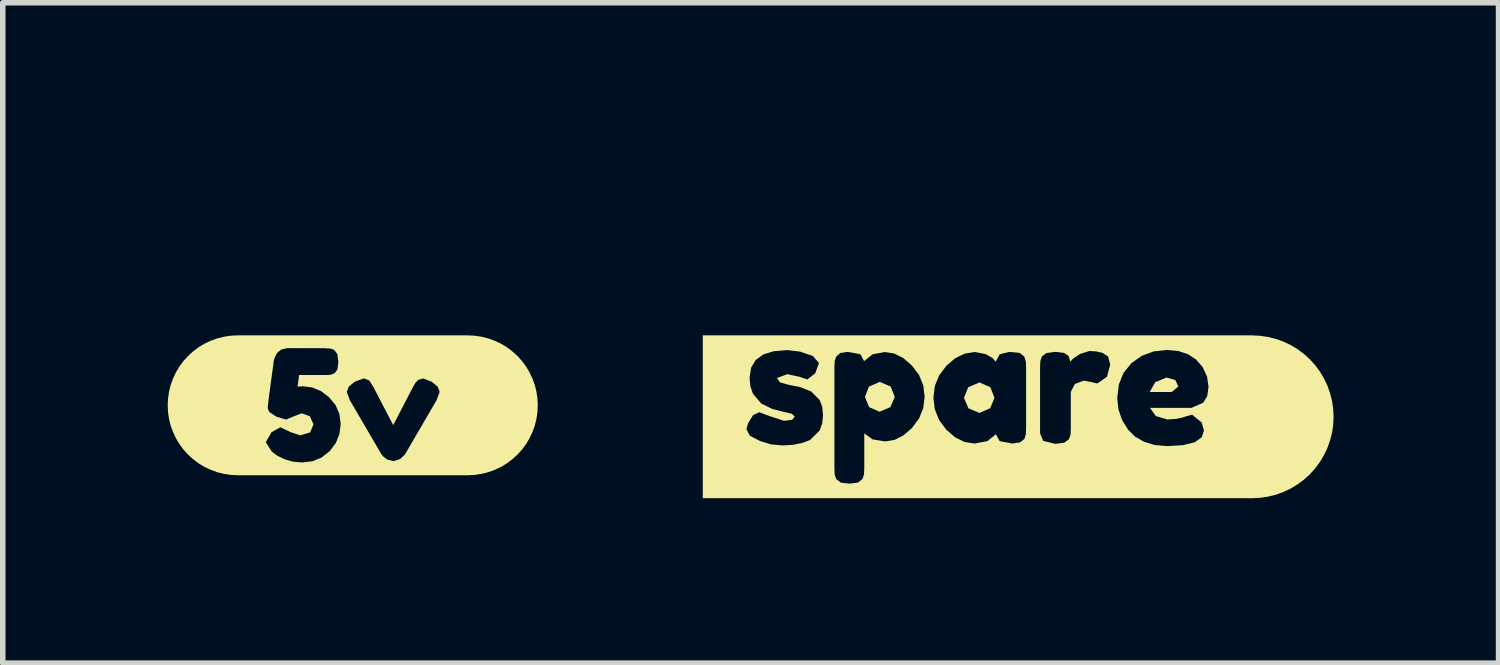
<source format=kicad_pcb>
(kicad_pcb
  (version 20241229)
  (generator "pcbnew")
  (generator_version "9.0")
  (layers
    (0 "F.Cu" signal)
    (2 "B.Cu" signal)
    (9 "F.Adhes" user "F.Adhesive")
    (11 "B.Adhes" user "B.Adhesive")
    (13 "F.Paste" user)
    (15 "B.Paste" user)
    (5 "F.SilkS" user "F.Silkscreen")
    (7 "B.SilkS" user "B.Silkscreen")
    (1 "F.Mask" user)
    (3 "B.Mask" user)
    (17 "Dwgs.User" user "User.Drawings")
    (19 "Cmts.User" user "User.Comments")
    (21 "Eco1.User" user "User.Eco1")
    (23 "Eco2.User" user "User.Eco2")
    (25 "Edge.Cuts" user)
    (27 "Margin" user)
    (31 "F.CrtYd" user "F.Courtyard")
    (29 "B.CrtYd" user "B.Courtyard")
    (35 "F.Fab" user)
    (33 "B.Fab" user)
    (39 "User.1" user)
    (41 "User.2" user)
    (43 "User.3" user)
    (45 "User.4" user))
  (footprint "kibuzzard-659A3543"
    (layer "F.Cu")
    (at 15.467 4.53)
    (property "Reference" "kibuzzard-659A3543" (at 0 -4.529 0) (layer "F.SilkS") (effects (font (size 0.001 0.001) (thickness 0.15))))
    (attr board_only exclude_from_pos_files exclude_from_bom)
    (fp_poly (pts (xy 2.792 -0.451) (xy 2.913 -0.552) (xy 2.857 -0.67) (xy 2.698 -0.714) (xy 2.493 -0.63) (xy 2.392 -0.451) (xy 2.792 -0.451)) (stroke (width 0) (type solid)) (fill yes) (layer "F.SilkS"))
    (fp_poly (pts (xy -2.714 -0.549) (xy -2.787 -0.362) (xy -2.712 -0.176) (xy -2.521 -0.092) (xy -2.325 -0.175) (xy -2.244 -0.362) (xy -2.32 -0.551) (xy -2.518 -0.635) (xy -2.714 -0.549)) (stroke (width 0) (type solid)) (fill yes) (layer "F.SilkS"))
    (fp_poly (pts (xy -0.986 -0.343) (xy -0.904 -0.154) (xy -0.704 -0.07) (xy -0.509 -0.156) (xy -0.431 -0.344) (xy -0.505 -0.537) (xy -0.705 -0.625) (xy -0.909 -0.537) (xy -0.986 -0.343)) (stroke (width 0) (type solid)) (fill yes) (layer "F.SilkS"))
    (fp_poly (pts (xy -4.942 -1.481) (xy -5.736 -1.481) (xy -5.736 1.481) (xy -4.942 1.481) (xy -4.293 1.481) (xy -4.293 0.521) (xy -4.495 0.501) (xy -4.691 0.442) (xy -4.882 0.343) (xy -4.942 0.222) (xy -4.912 0.118) (xy -4.822 -0.029) (xy -4.709 -0.083) (xy -4.498 -0.005) (xy -4.257 0.073) (xy -4.111 0.054) (xy -4.063 -0.003) (xy -4.116 -0.056) (xy -4.276 -0.092) (xy -4.475 -0.144) (xy -4.673 -0.241) (xy -4.825 -0.421) (xy -4.87 -0.554) (xy -4.885 -0.711) (xy -4.858 -0.892) (xy -4.775 -1.032) (xy -4.637 -1.133) (xy -4.444 -1.193) (xy -4.196 -1.213) (xy -3.968 -1.186) (xy -3.733 -1.105) (xy -3.622 -0.978) (xy -3.691 -0.791) (xy -3.834 -0.679) (xy -3.976 -0.727) (xy -4.199 -0.775) (xy -4.387 -0.705) (xy -4.333 -0.626) (xy -4.171 -0.581) (xy -3.965 -0.54) (xy -3.764 -0.46) (xy -3.611 -0.306) (xy -3.564 -0.183) (xy -3.549 -0.032) (xy -3.564 0.121) (xy -3.611 0.249) (xy -3.784 0.422) (xy -3.93 0.477) (xy -4.1 0.51) (xy -4.293 0.521) (xy -4.293 1.481) (xy -3.069 1.481) (xy -3.069 1.216) (xy -3.226 1.197) (xy -3.309 1.133) (xy -3.337 1.054) (xy -3.342 0.946) (xy -3.342 -0.908) (xy -3.337 -1.016) (xy -3.31 -1.095) (xy -3.235 -1.16) (xy -3.098 -1.181) (xy -2.871 -1.138) (xy -2.802 -1.013) (xy -2.647 -1.137) (xy -2.423 -1.178) (xy -2.254 -1.151) (xy -2.09 -1.069) (xy -1.933 -0.933) (xy -1.804 -0.762) (xy -1.726 -0.572) (xy -1.701 -0.365) (xy -1.726 -0.158) (xy -1.803 0.031) (xy -1.931 0.203) (xy -2.088 0.339) (xy -2.251 0.421) (xy -2.421 0.448) (xy -2.646 0.411) (xy -2.799 0.302) (xy -2.799 0.943) (xy -2.804 1.051) (xy -2.833 1.132) (xy -2.914 1.197) (xy -3.069 1.216) (xy -3.069 1.481) (xy -0.105 1.481) (xy -0.105 0.486) (xy -0.337 0.443) (xy -0.405 0.318) (xy -0.562 0.444) (xy -0.797 0.486) (xy -0.976 0.458) (xy -1.146 0.374) (xy -1.307 0.235) (xy -1.438 0.059) (xy -1.516 -0.135) (xy -1.542 -0.348) (xy -1.516 -0.56) (xy -1.437 -0.753) (xy -1.305 -0.929) (xy -1.143 -1.067) (xy -0.97 -1.15) (xy -0.786 -1.178) (xy -0.589 -1.14) (xy -0.466 -1.068) (xy -0.409 -1.003) (xy -0.336 -1.137) (xy -0.158 -1.181) (xy 0.026 -1.162) (xy 0.111 -1.095) (xy 0.139 -1.011) (xy 0.144 -0.902) (xy 0.144 0.21) (xy 0.139 0.319) (xy 0.112 0.403) (xy 0.036 0.465) (xy -0.105 0.486) (xy -0.105 1.481) (xy 0.674 1.481) (xy 0.674 0.492) (xy 0.455 0.438) (xy 0.398 0.302) (xy 0.398 0.21) (xy 0.398 -0.905) (xy 0.403 -1.014) (xy 0.43 -1.095) (xy 0.514 -1.16) (xy 0.677 -1.181) (xy 0.832 -1.163) (xy 0.915 -1.108) (xy 0.95 -1.003) (xy 0.996 -1.057) (xy 1.125 -1.143) (xy 1.298 -1.197) (xy 1.423 -1.189) (xy 1.535 -1.162) (xy 1.635 -1.097) (xy 1.674 -0.949) (xy 1.614 -0.727) (xy 1.439 -0.606) (xy 1.33 -0.632) (xy 1.192 -0.657) (xy 1.031 -0.597) (xy 0.957 -0.451) (xy 0.957 0.216) (xy 0.952 0.325) (xy 0.922 0.41) (xy 0.836 0.471) (xy 0.674 0.492) (xy 0.674 1.481) (xy 2.703 1.481) (xy 2.703 0.533) (xy 2.481 0.513) (xy 2.285 0.452) (xy 2.123 0.358) (xy 2.001 0.238) (xy 1.89 0.06) (xy 1.824 -0.132) (xy 1.801 -0.337) (xy 1.83 -0.585) (xy 1.916 -0.799) (xy 2.06 -0.976) (xy 2.247 -1.109) (xy 2.462 -1.189) (xy 2.706 -1.216) (xy 2.912 -1.197) (xy 3.089 -1.138) (xy 3.236 -1.041) (xy 3.354 -0.905) (xy 3.435 -0.732) (xy 3.462 -0.545) (xy 3.438 -0.375) (xy 3.365 -0.256) (xy 3.151 -0.162) (xy 2.398 -0.162) (xy 2.503 -0.013) (xy 2.713 0.048) (xy 2.877 0.038) (xy 3.001 0.01) (xy 3.036 -0.003) (xy 3.163 -0.038) (xy 3.338 0.105) (xy 3.379 0.251) (xy 3.337 0.374) (xy 3.21 0.463) (xy 2.999 0.516) (xy 2.703 0.533) (xy 2.703 1.481) (xy 3.462 1.481) (xy 4.256 1.481) (xy 4.401 1.473) (xy 4.544 1.452) (xy 4.685 1.417) (xy 4.822 1.368) (xy 4.954 1.306) (xy 5.078 1.231) (xy 5.195 1.145) (xy 5.303 1.047) (xy 5.4 0.939) (xy 5.487 0.823) (xy 5.561 0.698) (xy 5.623 0.567) (xy 5.672 0.43) (xy 5.708 0.289) (xy 5.729 0.145) (xy 5.736 0) (xy 5.729 -0.145) (xy 5.708 -0.289) (xy 5.672 -0.43) (xy 5.623 -0.567) (xy 5.561 -0.698) (xy 5.487 -0.823) (xy 5.4 -0.939) (xy 5.303 -1.047) (xy 5.195 -1.145) (xy 5.078 -1.231) (xy 4.954 -1.306) (xy 4.822 -1.368) (xy 4.685 -1.417) (xy 4.544 -1.452) (xy 4.401 -1.473) (xy 4.256 -1.481) (xy 3.462 -1.481) (xy -4.942 -1.481)) (stroke (width 0) (type solid)) (fill yes) (layer "F.SilkS")))
  (footprint "kibuzzard-64F68422"
    (layer "F.Cu")
    (at 3.365 4.321)
    (property "Reference" "kibuzzard-64F68422" (at 0 -4.32 0) (layer "F.SilkS") (effects (font (size 0.001 0.001) (thickness 0.15))))
    (attr board_only exclude_from_pos_files exclude_from_bom)
    (fp_poly (pts (xy -1.581 -1.272) (xy -2.093 -1.272) (xy -2.218 -1.266) (xy -2.342 -1.247) (xy -2.463 -1.217) (xy -2.58 -1.175) (xy -2.693 -1.122) (xy -2.8 -1.058) (xy -2.9 -0.983) (xy -2.993 -0.899) (xy -3.077 -0.807) (xy -3.151 -0.707) (xy -3.215 -0.6) (xy -3.268 -0.487) (xy -3.311 -0.369) (xy -3.341 -0.248) (xy -3.359 -0.125) (xy -3.365 0) (xy -3.359 0.125) (xy -3.341 0.248) (xy -3.311 0.369) (xy -3.268 0.487) (xy -3.215 0.6) (xy -3.151 0.707) (xy -3.077 0.807) (xy -2.993 0.899) (xy -2.9 0.983) (xy -2.8 1.058) (xy -2.693 1.122) (xy -2.58 1.175) (xy -2.463 1.217) (xy -2.342 1.247) (xy -2.218 1.266) (xy -2.093 1.272) (xy -1.581 1.272) (xy -0.917 1.272) (xy -0.917 1.04) (xy -1.083 1.026) (xy -1.239 0.982) (xy -1.384 0.91) (xy -1.453 0.857) (xy -1.475 0.838) (xy -1.581 0.671) (xy -1.478 0.49) (xy -1.317 0.399) (xy -1.131 0.488) (xy -0.957 0.546) (xy -0.774 0.493) (xy -0.714 0.347) (xy -0.779 0.2) (xy -0.928 0.146) (xy -1.061 0.196) (xy -1.213 0.26) (xy -1.388 0.207) (xy -1.517 0.122) (xy -1.547 0.054) (xy -1.534 -0.076) (xy -1.492 -0.393) (xy -1.449 -0.706) (xy -1.434 -0.821) (xy -1.414 -0.879) (xy -1.374 -0.954) (xy -1.302 -1.014) (xy -1.189 -1.04) (xy -0.767 -1.038) (xy -0.506 -1.038) (xy -0.408 -1.033) (xy -0.336 -1.007) (xy -0.28 -0.932) (xy -0.261 -0.785) (xy -0.279 -0.651) (xy -0.331 -0.582) (xy -0.399 -0.556) (xy -0.489 -0.551) (xy -0.975 -0.551) (xy -1.003 -0.34) (xy -0.906 -0.346) (xy -0.736 -0.324) (xy -0.577 -0.258) (xy -0.431 -0.147) (xy -0.313 -0.005) (xy -0.243 0.157) (xy -0.219 0.339) (xy -0.242 0.522) (xy -0.308 0.687) (xy -0.419 0.833) (xy -0.564 0.948) (xy -0.729 1.017) (xy -0.917 1.04) (xy -0.917 1.272) (xy 0.74 1.272) (xy 0.74 1.015) (xy 0.626 0.986) (xy 0.55 0.927) (xy 0.525 0.896) (xy -0.053 -0.093) (xy -0.108 -0.243) (xy -0.072 -0.34) (xy 0.036 -0.429) (xy 0.203 -0.49) (xy 0.299 -0.453) (xy 0.372 -0.34) (xy 0.736 0.36) (xy 1.1 -0.34) (xy 1.146 -0.417) (xy 1.195 -0.464) (xy 1.283 -0.488) (xy 1.436 -0.429) (xy 1.545 -0.34) (xy 1.581 -0.246) (xy 1.525 -0.093) (xy 0.95 0.893) (xy 0.861 0.978) (xy 0.74 1.015) (xy 0.74 1.272) (xy 1.581 1.272) (xy 2.093 1.272) (xy 2.218 1.266) (xy 2.342 1.247) (xy 2.463 1.217) (xy 2.58 1.175) (xy 2.693 1.122) (xy 2.8 1.058) (xy 2.9 0.983) (xy 2.993 0.899) (xy 3.077 0.807) (xy 3.151 0.707) (xy 3.215 0.6) (xy 3.268 0.487) (xy 3.311 0.369) (xy 3.341 0.248) (xy 3.359 0.125) (xy 3.365 0) (xy 3.359 -0.125) (xy 3.341 -0.248) (xy 3.311 -0.369) (xy 3.268 -0.487) (xy 3.215 -0.6) (xy 3.151 -0.707) (xy 3.077 -0.807) (xy 2.993 -0.899) (xy 2.9 -0.983) (xy 2.8 -1.058) (xy 2.693 -1.122) (xy 2.58 -1.175) (xy 2.463 -1.217) (xy 2.342 -1.247) (xy 2.218 -1.266) (xy 2.093 -1.272) (xy 1.581 -1.272) (xy -1.581 -1.272)) (stroke (width 0) (type solid)) (fill yes) (layer "F.SilkS")))
  (gr_rect
    (start -3 -3)
    (end 24.203 9.01)
    (stroke (width 0.1) (type default))
    (fill no)
    (layer "Edge.Cuts")))
</source>
